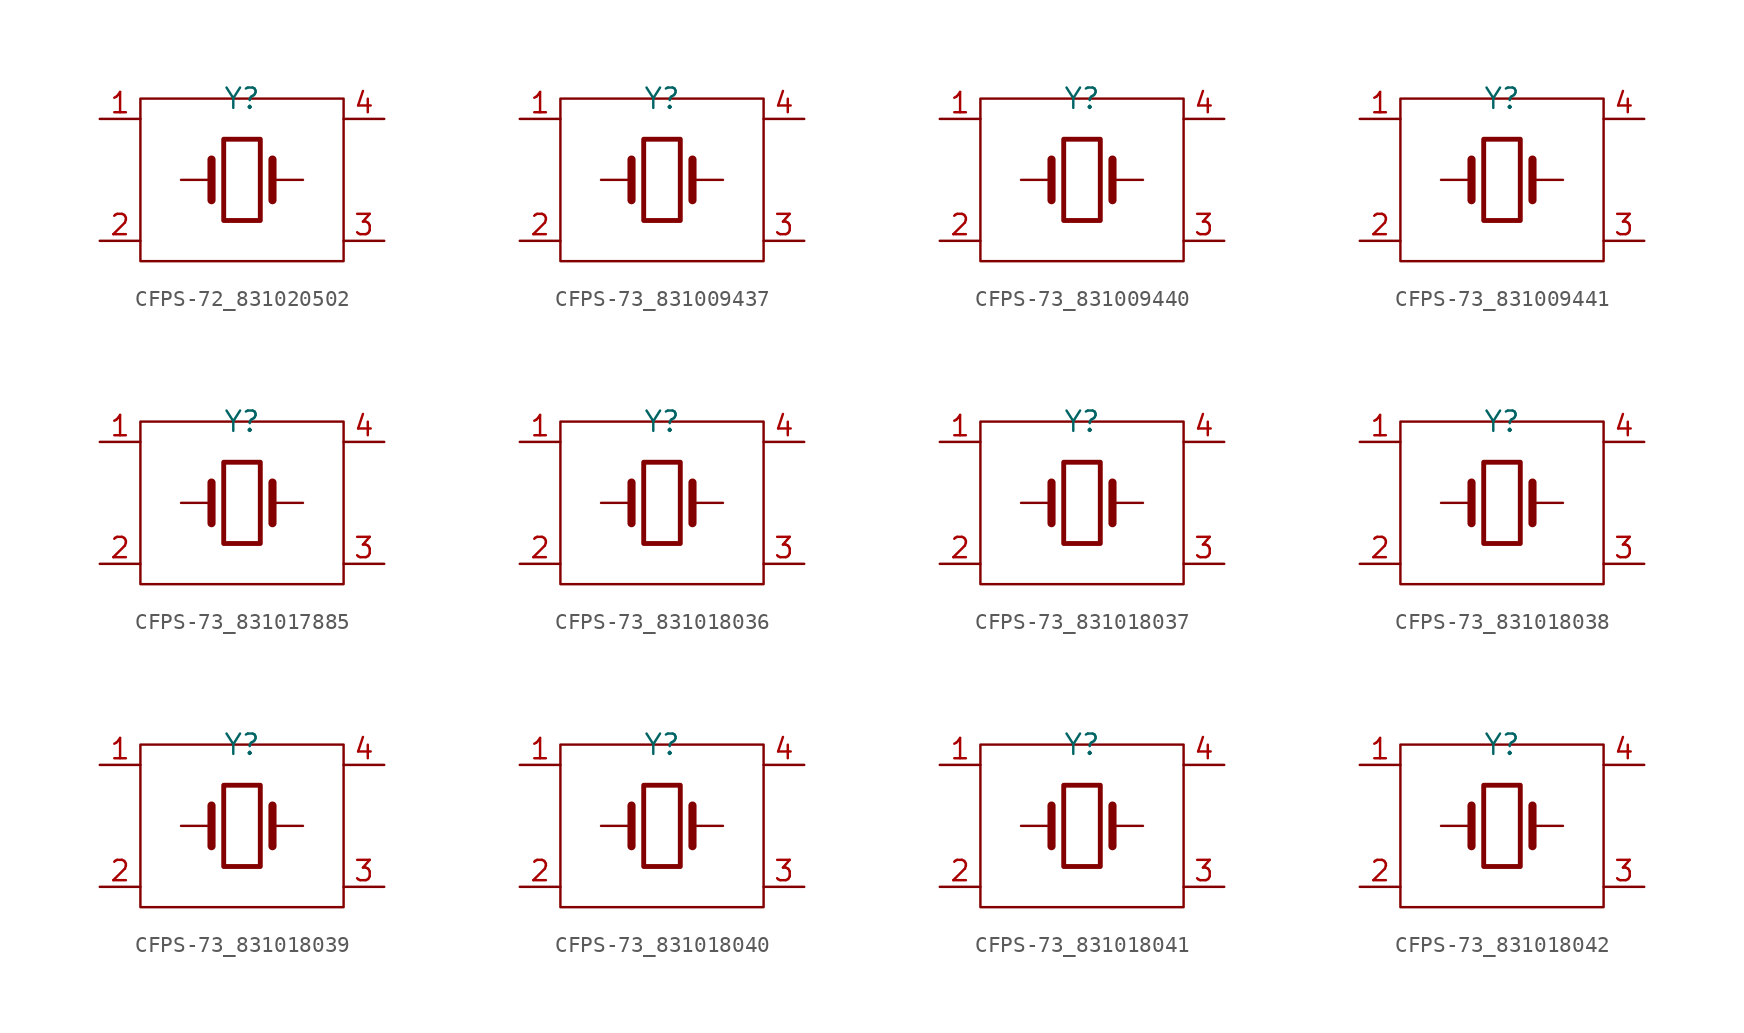
<source format=kicad_sym>
(kicad_symbol_lib
  (version 20220914)
  (generator kicad_symbol_editor)
  (symbol "CFPS-72_831020502"
    (pin_names hide)
    (property "Reference" "Y"
      (at 0 5.08 0)
      (effects (font (size 1.27 1.27))))
    (property "Critical Parameter" ""
      (at 0 -5.08 0)
      (effects (font (size 1.27 1.27)) (justify left)))
    (symbol "CFPS-72_831020502_0_1"
      (rectangle (start -6.35 5.08) (end 6.35 -5.08) (stroke (width 0) (type default)) (fill (type none)))
      (rectangle (start -1.143 2.54) (end 1.143 -2.54) (stroke (width 0.305) (type default)) (fill (type none)))
      (polyline (pts (xy -3.81 0) (xy -1.905 0)) (stroke (width 0) (type default)) (fill (type none)))
      (polyline (pts (xy -1.905 -1.27) (xy -1.905 1.27)) (stroke (width 0.508) (type default)) (fill (type none)))
      (polyline (pts (xy 1.905 -1.27) (xy 1.905 1.27)) (stroke (width 0.508) (type default)) (fill (type none)))
      (polyline (pts (xy 3.81 0) (xy 1.905 0)) (stroke (width 0) (type default)) (fill (type none))))
    (symbol "CFPS-72_831020502_1_1"
      (pin passive line (at -8.89 3.81 0) (length 2.54) (name "E/D" (effects (font (size 1.27 1.27)))) (number "1" (effects (font (size 1.27 1.27)))))
      (pin passive line (at -8.89 -3.81 0) (length 2.54) (name "GND" (effects (font (size 1.27 1.27)))) (number "2" (effects (font (size 1.27 1.27)))))
      (pin passive line (at 8.89 -3.81 180) (length 2.54) (name "OUT" (effects (font (size 1.27 1.27)))) (number "3" (effects (font (size 1.27 1.27)))))
      (pin passive line (at 8.89 3.81 180) (length 2.54) (name "+VS" (effects (font (size 1.27 1.27)))) (number "4" (effects (font (size 1.27 1.27)))))))
  (symbol "CFPS-73_831009437"
    (pin_names hide)
    (property "Reference" "Y"
      (at 0 5.08 0)
      (effects (font (size 1.27 1.27))))
    (property "Critical Parameter" ""
      (at 0 -5.08 0)
      (effects (font (size 1.27 1.27)) (justify left)))
    (symbol "CFPS-73_831009437_0_1"
      (rectangle (start -6.35 5.08) (end 6.35 -5.08) (stroke (width 0) (type default)) (fill (type none)))
      (rectangle (start -1.143 2.54) (end 1.143 -2.54) (stroke (width 0.305) (type default)) (fill (type none)))
      (polyline (pts (xy -3.81 0) (xy -1.905 0)) (stroke (width 0) (type default)) (fill (type none)))
      (polyline (pts (xy -1.905 -1.27) (xy -1.905 1.27)) (stroke (width 0.508) (type default)) (fill (type none)))
      (polyline (pts (xy 1.905 -1.27) (xy 1.905 1.27)) (stroke (width 0.508) (type default)) (fill (type none)))
      (polyline (pts (xy 3.81 0) (xy 1.905 0)) (stroke (width 0) (type default)) (fill (type none))))
    (symbol "CFPS-73_831009437_1_1"
      (pin passive line (at -8.89 3.81 0) (length 2.54) (name "E/D" (effects (font (size 1.27 1.27)))) (number "1" (effects (font (size 1.27 1.27)))))
      (pin passive line (at -8.89 -3.81 0) (length 2.54) (name "GND" (effects (font (size 1.27 1.27)))) (number "2" (effects (font (size 1.27 1.27)))))
      (pin passive line (at 8.89 -3.81 180) (length 2.54) (name "OUT" (effects (font (size 1.27 1.27)))) (number "3" (effects (font (size 1.27 1.27)))))
      (pin passive line (at 8.89 3.81 180) (length 2.54) (name "+VS" (effects (font (size 1.27 1.27)))) (number "4" (effects (font (size 1.27 1.27)))))))
  (symbol "CFPS-73_831009440"
    (pin_names hide)
    (property "Reference" "Y"
      (at 0 5.08 0)
      (effects (font (size 1.27 1.27))))
    (property "Critical Parameter" ""
      (at 0 -5.08 0)
      (effects (font (size 1.27 1.27)) (justify left)))
    (symbol "CFPS-73_831009440_0_1"
      (rectangle (start -6.35 5.08) (end 6.35 -5.08) (stroke (width 0) (type default)) (fill (type none)))
      (rectangle (start -1.143 2.54) (end 1.143 -2.54) (stroke (width 0.305) (type default)) (fill (type none)))
      (polyline (pts (xy -3.81 0) (xy -1.905 0)) (stroke (width 0) (type default)) (fill (type none)))
      (polyline (pts (xy -1.905 -1.27) (xy -1.905 1.27)) (stroke (width 0.508) (type default)) (fill (type none)))
      (polyline (pts (xy 1.905 -1.27) (xy 1.905 1.27)) (stroke (width 0.508) (type default)) (fill (type none)))
      (polyline (pts (xy 3.81 0) (xy 1.905 0)) (stroke (width 0) (type default)) (fill (type none))))
    (symbol "CFPS-73_831009440_1_1"
      (pin passive line (at -8.89 3.81 0) (length 2.54) (name "E/D" (effects (font (size 1.27 1.27)))) (number "1" (effects (font (size 1.27 1.27)))))
      (pin passive line (at -8.89 -3.81 0) (length 2.54) (name "GND" (effects (font (size 1.27 1.27)))) (number "2" (effects (font (size 1.27 1.27)))))
      (pin passive line (at 8.89 -3.81 180) (length 2.54) (name "OUT" (effects (font (size 1.27 1.27)))) (number "3" (effects (font (size 1.27 1.27)))))
      (pin passive line (at 8.89 3.81 180) (length 2.54) (name "+VS" (effects (font (size 1.27 1.27)))) (number "4" (effects (font (size 1.27 1.27)))))))
  (symbol "CFPS-73_831009441"
    (pin_names hide)
    (property "Reference" "Y"
      (at 0 5.08 0)
      (effects (font (size 1.27 1.27))))
    (property "Critical Parameter" ""
      (at 0 -5.08 0)
      (effects (font (size 1.27 1.27)) (justify left)))
    (symbol "CFPS-73_831009441_0_1"
      (rectangle (start -6.35 5.08) (end 6.35 -5.08) (stroke (width 0) (type default)) (fill (type none)))
      (rectangle (start -1.143 2.54) (end 1.143 -2.54) (stroke (width 0.305) (type default)) (fill (type none)))
      (polyline (pts (xy -3.81 0) (xy -1.905 0)) (stroke (width 0) (type default)) (fill (type none)))
      (polyline (pts (xy -1.905 -1.27) (xy -1.905 1.27)) (stroke (width 0.508) (type default)) (fill (type none)))
      (polyline (pts (xy 1.905 -1.27) (xy 1.905 1.27)) (stroke (width 0.508) (type default)) (fill (type none)))
      (polyline (pts (xy 3.81 0) (xy 1.905 0)) (stroke (width 0) (type default)) (fill (type none))))
    (symbol "CFPS-73_831009441_1_1"
      (pin passive line (at -8.89 3.81 0) (length 2.54) (name "E/D" (effects (font (size 1.27 1.27)))) (number "1" (effects (font (size 1.27 1.27)))))
      (pin passive line (at -8.89 -3.81 0) (length 2.54) (name "GND" (effects (font (size 1.27 1.27)))) (number "2" (effects (font (size 1.27 1.27)))))
      (pin passive line (at 8.89 -3.81 180) (length 2.54) (name "OUT" (effects (font (size 1.27 1.27)))) (number "3" (effects (font (size 1.27 1.27)))))
      (pin passive line (at 8.89 3.81 180) (length 2.54) (name "+VS" (effects (font (size 1.27 1.27)))) (number "4" (effects (font (size 1.27 1.27)))))))
  (symbol "CFPS-73_831017885"
    (pin_names hide)
    (property "Reference" "Y"
      (at 0 5.08 0)
      (effects (font (size 1.27 1.27))))
    (property "Critical Parameter" ""
      (at 0 -5.08 0)
      (effects (font (size 1.27 1.27)) (justify left)))
    (symbol "CFPS-73_831017885_0_1"
      (rectangle (start -6.35 5.08) (end 6.35 -5.08) (stroke (width 0) (type default)) (fill (type none)))
      (rectangle (start -1.143 2.54) (end 1.143 -2.54) (stroke (width 0.305) (type default)) (fill (type none)))
      (polyline (pts (xy -3.81 0) (xy -1.905 0)) (stroke (width 0) (type default)) (fill (type none)))
      (polyline (pts (xy -1.905 -1.27) (xy -1.905 1.27)) (stroke (width 0.508) (type default)) (fill (type none)))
      (polyline (pts (xy 1.905 -1.27) (xy 1.905 1.27)) (stroke (width 0.508) (type default)) (fill (type none)))
      (polyline (pts (xy 3.81 0) (xy 1.905 0)) (stroke (width 0) (type default)) (fill (type none))))
    (symbol "CFPS-73_831017885_1_1"
      (pin passive line (at -8.89 3.81 0) (length 2.54) (name "E/D" (effects (font (size 1.27 1.27)))) (number "1" (effects (font (size 1.27 1.27)))))
      (pin passive line (at -8.89 -3.81 0) (length 2.54) (name "GND" (effects (font (size 1.27 1.27)))) (number "2" (effects (font (size 1.27 1.27)))))
      (pin passive line (at 8.89 -3.81 180) (length 2.54) (name "OUT" (effects (font (size 1.27 1.27)))) (number "3" (effects (font (size 1.27 1.27)))))
      (pin passive line (at 8.89 3.81 180) (length 2.54) (name "+VS" (effects (font (size 1.27 1.27)))) (number "4" (effects (font (size 1.27 1.27)))))))
  (symbol "CFPS-73_831018036"
    (pin_names hide)
    (property "Reference" "Y"
      (at 0 5.08 0)
      (effects (font (size 1.27 1.27))))
    (property "Critical Parameter" ""
      (at 0 -5.08 0)
      (effects (font (size 1.27 1.27)) (justify left)))
    (symbol "CFPS-73_831018036_0_1"
      (rectangle (start -6.35 5.08) (end 6.35 -5.08) (stroke (width 0) (type default)) (fill (type none)))
      (rectangle (start -1.143 2.54) (end 1.143 -2.54) (stroke (width 0.305) (type default)) (fill (type none)))
      (polyline (pts (xy -3.81 0) (xy -1.905 0)) (stroke (width 0) (type default)) (fill (type none)))
      (polyline (pts (xy -1.905 -1.27) (xy -1.905 1.27)) (stroke (width 0.508) (type default)) (fill (type none)))
      (polyline (pts (xy 1.905 -1.27) (xy 1.905 1.27)) (stroke (width 0.508) (type default)) (fill (type none)))
      (polyline (pts (xy 3.81 0) (xy 1.905 0)) (stroke (width 0) (type default)) (fill (type none))))
    (symbol "CFPS-73_831018036_1_1"
      (pin passive line (at -8.89 3.81 0) (length 2.54) (name "E/D" (effects (font (size 1.27 1.27)))) (number "1" (effects (font (size 1.27 1.27)))))
      (pin passive line (at -8.89 -3.81 0) (length 2.54) (name "GND" (effects (font (size 1.27 1.27)))) (number "2" (effects (font (size 1.27 1.27)))))
      (pin passive line (at 8.89 -3.81 180) (length 2.54) (name "OUT" (effects (font (size 1.27 1.27)))) (number "3" (effects (font (size 1.27 1.27)))))
      (pin passive line (at 8.89 3.81 180) (length 2.54) (name "+VS" (effects (font (size 1.27 1.27)))) (number "4" (effects (font (size 1.27 1.27)))))))
  (symbol "CFPS-73_831018037"
    (pin_names hide)
    (property "Reference" "Y"
      (at 0 5.08 0)
      (effects (font (size 1.27 1.27))))
    (property "Critical Parameter" ""
      (at 0 -5.08 0)
      (effects (font (size 1.27 1.27)) (justify left)))
    (symbol "CFPS-73_831018037_0_1"
      (rectangle (start -6.35 5.08) (end 6.35 -5.08) (stroke (width 0) (type default)) (fill (type none)))
      (rectangle (start -1.143 2.54) (end 1.143 -2.54) (stroke (width 0.305) (type default)) (fill (type none)))
      (polyline (pts (xy -3.81 0) (xy -1.905 0)) (stroke (width 0) (type default)) (fill (type none)))
      (polyline (pts (xy -1.905 -1.27) (xy -1.905 1.27)) (stroke (width 0.508) (type default)) (fill (type none)))
      (polyline (pts (xy 1.905 -1.27) (xy 1.905 1.27)) (stroke (width 0.508) (type default)) (fill (type none)))
      (polyline (pts (xy 3.81 0) (xy 1.905 0)) (stroke (width 0) (type default)) (fill (type none))))
    (symbol "CFPS-73_831018037_1_1"
      (pin passive line (at -8.89 3.81 0) (length 2.54) (name "E/D" (effects (font (size 1.27 1.27)))) (number "1" (effects (font (size 1.27 1.27)))))
      (pin passive line (at -8.89 -3.81 0) (length 2.54) (name "GND" (effects (font (size 1.27 1.27)))) (number "2" (effects (font (size 1.27 1.27)))))
      (pin passive line (at 8.89 -3.81 180) (length 2.54) (name "OUT" (effects (font (size 1.27 1.27)))) (number "3" (effects (font (size 1.27 1.27)))))
      (pin passive line (at 8.89 3.81 180) (length 2.54) (name "+VS" (effects (font (size 1.27 1.27)))) (number "4" (effects (font (size 1.27 1.27)))))))
  (symbol "CFPS-73_831018038"
    (pin_names hide)
    (property "Reference" "Y"
      (at 0 5.08 0)
      (effects (font (size 1.27 1.27))))
    (property "Critical Parameter" ""
      (at 0 -5.08 0)
      (effects (font (size 1.27 1.27)) (justify left)))
    (symbol "CFPS-73_831018038_0_1"
      (rectangle (start -6.35 5.08) (end 6.35 -5.08) (stroke (width 0) (type default)) (fill (type none)))
      (rectangle (start -1.143 2.54) (end 1.143 -2.54) (stroke (width 0.305) (type default)) (fill (type none)))
      (polyline (pts (xy -3.81 0) (xy -1.905 0)) (stroke (width 0) (type default)) (fill (type none)))
      (polyline (pts (xy -1.905 -1.27) (xy -1.905 1.27)) (stroke (width 0.508) (type default)) (fill (type none)))
      (polyline (pts (xy 1.905 -1.27) (xy 1.905 1.27)) (stroke (width 0.508) (type default)) (fill (type none)))
      (polyline (pts (xy 3.81 0) (xy 1.905 0)) (stroke (width 0) (type default)) (fill (type none))))
    (symbol "CFPS-73_831018038_1_1"
      (pin passive line (at -8.89 3.81 0) (length 2.54) (name "E/D" (effects (font (size 1.27 1.27)))) (number "1" (effects (font (size 1.27 1.27)))))
      (pin passive line (at -8.89 -3.81 0) (length 2.54) (name "GND" (effects (font (size 1.27 1.27)))) (number "2" (effects (font (size 1.27 1.27)))))
      (pin passive line (at 8.89 -3.81 180) (length 2.54) (name "OUT" (effects (font (size 1.27 1.27)))) (number "3" (effects (font (size 1.27 1.27)))))
      (pin passive line (at 8.89 3.81 180) (length 2.54) (name "+VS" (effects (font (size 1.27 1.27)))) (number "4" (effects (font (size 1.27 1.27)))))))
  (symbol "CFPS-73_831018039"
    (pin_names hide)
    (property "Reference" "Y"
      (at 0 5.08 0)
      (effects (font (size 1.27 1.27))))
    (property "Critical Parameter" ""
      (at 0 -5.08 0)
      (effects (font (size 1.27 1.27)) (justify left)))
    (symbol "CFPS-73_831018039_0_1"
      (rectangle (start -6.35 5.08) (end 6.35 -5.08) (stroke (width 0) (type default)) (fill (type none)))
      (rectangle (start -1.143 2.54) (end 1.143 -2.54) (stroke (width 0.305) (type default)) (fill (type none)))
      (polyline (pts (xy -3.81 0) (xy -1.905 0)) (stroke (width 0) (type default)) (fill (type none)))
      (polyline (pts (xy -1.905 -1.27) (xy -1.905 1.27)) (stroke (width 0.508) (type default)) (fill (type none)))
      (polyline (pts (xy 1.905 -1.27) (xy 1.905 1.27)) (stroke (width 0.508) (type default)) (fill (type none)))
      (polyline (pts (xy 3.81 0) (xy 1.905 0)) (stroke (width 0) (type default)) (fill (type none))))
    (symbol "CFPS-73_831018039_1_1"
      (pin passive line (at -8.89 3.81 0) (length 2.54) (name "E/D" (effects (font (size 1.27 1.27)))) (number "1" (effects (font (size 1.27 1.27)))))
      (pin passive line (at -8.89 -3.81 0) (length 2.54) (name "GND" (effects (font (size 1.27 1.27)))) (number "2" (effects (font (size 1.27 1.27)))))
      (pin passive line (at 8.89 -3.81 180) (length 2.54) (name "OUT" (effects (font (size 1.27 1.27)))) (number "3" (effects (font (size 1.27 1.27)))))
      (pin passive line (at 8.89 3.81 180) (length 2.54) (name "+VS" (effects (font (size 1.27 1.27)))) (number "4" (effects (font (size 1.27 1.27)))))))
  (symbol "CFPS-73_831018040"
    (pin_names hide)
    (property "Reference" "Y"
      (at 0 5.08 0)
      (effects (font (size 1.27 1.27))))
    (property "Critical Parameter" ""
      (at 0 -5.08 0)
      (effects (font (size 1.27 1.27)) (justify left)))
    (symbol "CFPS-73_831018040_0_1"
      (rectangle (start -6.35 5.08) (end 6.35 -5.08) (stroke (width 0) (type default)) (fill (type none)))
      (rectangle (start -1.143 2.54) (end 1.143 -2.54) (stroke (width 0.305) (type default)) (fill (type none)))
      (polyline (pts (xy -3.81 0) (xy -1.905 0)) (stroke (width 0) (type default)) (fill (type none)))
      (polyline (pts (xy -1.905 -1.27) (xy -1.905 1.27)) (stroke (width 0.508) (type default)) (fill (type none)))
      (polyline (pts (xy 1.905 -1.27) (xy 1.905 1.27)) (stroke (width 0.508) (type default)) (fill (type none)))
      (polyline (pts (xy 3.81 0) (xy 1.905 0)) (stroke (width 0) (type default)) (fill (type none))))
    (symbol "CFPS-73_831018040_1_1"
      (pin passive line (at -8.89 3.81 0) (length 2.54) (name "E/D" (effects (font (size 1.27 1.27)))) (number "1" (effects (font (size 1.27 1.27)))))
      (pin passive line (at -8.89 -3.81 0) (length 2.54) (name "GND" (effects (font (size 1.27 1.27)))) (number "2" (effects (font (size 1.27 1.27)))))
      (pin passive line (at 8.89 -3.81 180) (length 2.54) (name "OUT" (effects (font (size 1.27 1.27)))) (number "3" (effects (font (size 1.27 1.27)))))
      (pin passive line (at 8.89 3.81 180) (length 2.54) (name "+VS" (effects (font (size 1.27 1.27)))) (number "4" (effects (font (size 1.27 1.27)))))))
  (symbol "CFPS-73_831018041"
    (pin_names hide)
    (property "Reference" "Y"
      (at 0 5.08 0)
      (effects (font (size 1.27 1.27))))
    (property "Critical Parameter" ""
      (at 0 -5.08 0)
      (effects (font (size 1.27 1.27)) (justify left)))
    (symbol "CFPS-73_831018041_0_1"
      (rectangle (start -6.35 5.08) (end 6.35 -5.08) (stroke (width 0) (type default)) (fill (type none)))
      (rectangle (start -1.143 2.54) (end 1.143 -2.54) (stroke (width 0.305) (type default)) (fill (type none)))
      (polyline (pts (xy -3.81 0) (xy -1.905 0)) (stroke (width 0) (type default)) (fill (type none)))
      (polyline (pts (xy -1.905 -1.27) (xy -1.905 1.27)) (stroke (width 0.508) (type default)) (fill (type none)))
      (polyline (pts (xy 1.905 -1.27) (xy 1.905 1.27)) (stroke (width 0.508) (type default)) (fill (type none)))
      (polyline (pts (xy 3.81 0) (xy 1.905 0)) (stroke (width 0) (type default)) (fill (type none))))
    (symbol "CFPS-73_831018041_1_1"
      (pin passive line (at -8.89 3.81 0) (length 2.54) (name "E/D" (effects (font (size 1.27 1.27)))) (number "1" (effects (font (size 1.27 1.27)))))
      (pin passive line (at -8.89 -3.81 0) (length 2.54) (name "GND" (effects (font (size 1.27 1.27)))) (number "2" (effects (font (size 1.27 1.27)))))
      (pin passive line (at 8.89 -3.81 180) (length 2.54) (name "OUT" (effects (font (size 1.27 1.27)))) (number "3" (effects (font (size 1.27 1.27)))))
      (pin passive line (at 8.89 3.81 180) (length 2.54) (name "+VS" (effects (font (size 1.27 1.27)))) (number "4" (effects (font (size 1.27 1.27)))))))
  (symbol "CFPS-73_831018042"
    (pin_names hide)
    (property "Reference" "Y"
      (at 0 5.08 0)
      (effects (font (size 1.27 1.27))))
    (property "Critical Parameter" ""
      (at 0 -5.08 0)
      (effects (font (size 1.27 1.27)) (justify left)))
    (symbol "CFPS-73_831018042_0_1"
      (rectangle (start -6.35 5.08) (end 6.35 -5.08) (stroke (width 0) (type default)) (fill (type none)))
      (rectangle (start -1.143 2.54) (end 1.143 -2.54) (stroke (width 0.305) (type default)) (fill (type none)))
      (polyline (pts (xy -3.81 0) (xy -1.905 0)) (stroke (width 0) (type default)) (fill (type none)))
      (polyline (pts (xy -1.905 -1.27) (xy -1.905 1.27)) (stroke (width 0.508) (type default)) (fill (type none)))
      (polyline (pts (xy 1.905 -1.27) (xy 1.905 1.27)) (stroke (width 0.508) (type default)) (fill (type none)))
      (polyline (pts (xy 3.81 0) (xy 1.905 0)) (stroke (width 0) (type default)) (fill (type none))))
    (symbol "CFPS-73_831018042_1_1"
      (pin passive line (at -8.89 3.81 0) (length 2.54) (name "E/D" (effects (font (size 1.27 1.27)))) (number "1" (effects (font (size 1.27 1.27)))))
      (pin passive line (at -8.89 -3.81 0) (length 2.54) (name "GND" (effects (font (size 1.27 1.27)))) (number "2" (effects (font (size 1.27 1.27)))))
      (pin passive line (at 8.89 -3.81 180) (length 2.54) (name "OUT" (effects (font (size 1.27 1.27)))) (number "3" (effects (font (size 1.27 1.27)))))
      (pin passive line (at 8.89 3.81 180) (length 2.54) (name "+VS" (effects (font (size 1.27 1.27)))) (number "4" (effects (font (size 1.27 1.27))))))))
</source>
